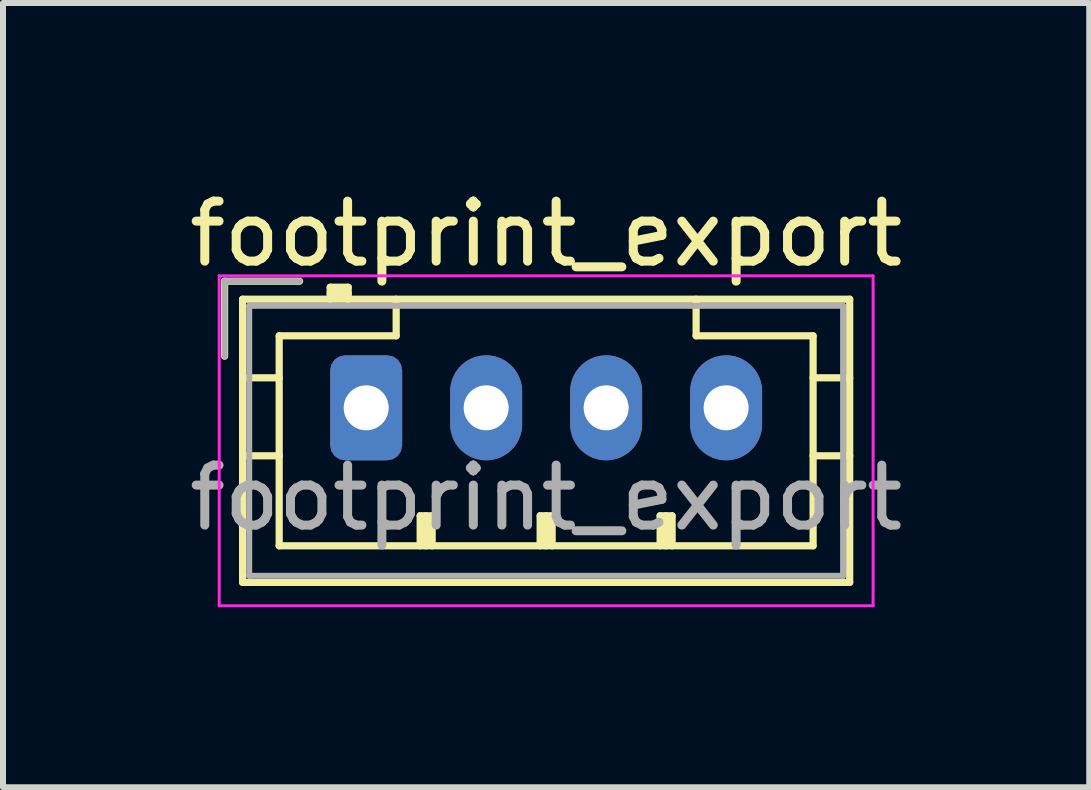
<source format=kicad_pcb>
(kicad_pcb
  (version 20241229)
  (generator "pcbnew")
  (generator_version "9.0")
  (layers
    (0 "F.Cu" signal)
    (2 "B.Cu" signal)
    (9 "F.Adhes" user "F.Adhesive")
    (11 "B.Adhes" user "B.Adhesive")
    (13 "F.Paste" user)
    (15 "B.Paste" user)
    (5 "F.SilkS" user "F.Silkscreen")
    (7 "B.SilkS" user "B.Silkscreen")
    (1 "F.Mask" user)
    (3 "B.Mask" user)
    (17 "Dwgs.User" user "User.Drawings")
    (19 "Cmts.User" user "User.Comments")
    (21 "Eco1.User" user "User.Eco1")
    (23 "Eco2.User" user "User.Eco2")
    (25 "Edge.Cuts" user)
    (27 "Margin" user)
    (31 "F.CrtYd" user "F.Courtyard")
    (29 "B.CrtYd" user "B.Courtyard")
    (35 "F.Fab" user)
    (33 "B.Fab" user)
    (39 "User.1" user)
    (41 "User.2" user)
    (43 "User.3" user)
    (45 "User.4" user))
  (footprint "footprint_export"
    (layer "F.Cu")
    (at 3.054 3.748)
    (property "Reference" "footprint_export" (at 3 -2.9 0) (layer "F.SilkS") (effects (font (size 1 1) (thickness 0.15))))
    (attr through_hole)
    (fp_line (start -2.36 -2.11) (end -2.36 -0.86) (stroke (width 0.12) (type solid)) (layer "F.SilkS"))
    (fp_line (start -2.06 -1.81) (end -2.06 2.91) (stroke (width 0.12) (type solid)) (layer "F.SilkS"))
    (fp_line (start -2.06 -0.5) (end -1.45 -0.5) (stroke (width 0.12) (type solid)) (layer "F.SilkS"))
    (fp_line (start -2.06 0.8) (end -1.45 0.8) (stroke (width 0.12) (type solid)) (layer "F.SilkS"))
    (fp_line (start -2.06 2.91) (end 8.06 2.91) (stroke (width 0.12) (type solid)) (layer "F.SilkS"))
    (fp_line (start -1.45 -1.2) (end -1.45 2.3) (stroke (width 0.12) (type solid)) (layer "F.SilkS"))
    (fp_line (start -1.45 2.3) (end 7.45 2.3) (stroke (width 0.12) (type solid)) (layer "F.SilkS"))
    (fp_line (start -1.11 -2.11) (end -2.36 -2.11) (stroke (width 0.12) (type solid)) (layer "F.SilkS"))
    (fp_line (start -0.6 -2.01) (end -0.6 -1.81) (stroke (width 0.12) (type solid)) (layer "F.SilkS"))
    (fp_line (start -0.3 -2.01) (end -0.6 -2.01) (stroke (width 0.12) (type solid)) (layer "F.SilkS"))
    (fp_line (start -0.3 -1.91) (end -0.6 -1.91) (stroke (width 0.12) (type solid)) (layer "F.SilkS"))
    (fp_line (start -0.3 -1.81) (end -0.3 -2.01) (stroke (width 0.12) (type solid)) (layer "F.SilkS"))
    (fp_line (start 0.5 -1.81) (end 0.5 -1.2) (stroke (width 0.12) (type solid)) (layer "F.SilkS"))
    (fp_line (start 0.5 -1.2) (end -1.45 -1.2) (stroke (width 0.12) (type solid)) (layer "F.SilkS"))
    (fp_line (start 0.9 1.8) (end 1.1 1.8) (stroke (width 0.12) (type solid)) (layer "F.SilkS"))
    (fp_line (start 0.9 2.3) (end 0.9 1.8) (stroke (width 0.12) (type solid)) (layer "F.SilkS"))
    (fp_line (start 1 2.3) (end 1 1.8) (stroke (width 0.12) (type solid)) (layer "F.SilkS"))
    (fp_line (start 1.1 1.8) (end 1.1 2.3) (stroke (width 0.12) (type solid)) (layer "F.SilkS"))
    (fp_line (start 2.9 1.8) (end 3.1 1.8) (stroke (width 0.12) (type solid)) (layer "F.SilkS"))
    (fp_line (start 2.9 2.3) (end 2.9 1.8) (stroke (width 0.12) (type solid)) (layer "F.SilkS"))
    (fp_line (start 3 2.3) (end 3 1.8) (stroke (width 0.12) (type solid)) (layer "F.SilkS"))
    (fp_line (start 3.1 1.8) (end 3.1 2.3) (stroke (width 0.12) (type solid)) (layer "F.SilkS"))
    (fp_line (start 4.9 1.8) (end 5.1 1.8) (stroke (width 0.12) (type solid)) (layer "F.SilkS"))
    (fp_line (start 4.9 2.3) (end 4.9 1.8) (stroke (width 0.12) (type solid)) (layer "F.SilkS"))
    (fp_line (start 5 2.3) (end 5 1.8) (stroke (width 0.12) (type solid)) (layer "F.SilkS"))
    (fp_line (start 5.1 1.8) (end 5.1 2.3) (stroke (width 0.12) (type solid)) (layer "F.SilkS"))
    (fp_line (start 5.5 -1.2) (end 5.5 -1.81) (stroke (width 0.12) (type solid)) (layer "F.SilkS"))
    (fp_line (start 7.45 -1.2) (end 5.5 -1.2) (stroke (width 0.12) (type solid)) (layer "F.SilkS"))
    (fp_line (start 7.45 2.3) (end 7.45 -1.2) (stroke (width 0.12) (type solid)) (layer "F.SilkS"))
    (fp_line (start 8.06 -1.81) (end -2.06 -1.81) (stroke (width 0.12) (type solid)) (layer "F.SilkS"))
    (fp_line (start 8.06 -0.5) (end 7.45 -0.5) (stroke (width 0.12) (type solid)) (layer "F.SilkS"))
    (fp_line (start 8.06 0.8) (end 7.45 0.8) (stroke (width 0.12) (type solid)) (layer "F.SilkS"))
    (fp_line (start 8.06 2.91) (end 8.06 -1.81) (stroke (width 0.12) (type solid)) (layer "F.SilkS"))
    (fp_line (start -2.45 -2.2) (end -2.45 3.3) (stroke (width 0.05) (type solid)) (layer "F.CrtYd"))
    (fp_line (start -2.45 3.3) (end 8.45 3.3) (stroke (width 0.05) (type solid)) (layer "F.CrtYd"))
    (fp_line (start 8.45 -2.2) (end -2.45 -2.2) (stroke (width 0.05) (type solid)) (layer "F.CrtYd"))
    (fp_line (start 8.45 3.3) (end 8.45 -2.2) (stroke (width 0.05) (type solid)) (layer "F.CrtYd"))
    (fp_line (start -2.36 -2.11) (end -2.36 -0.86) (stroke (width 0.1) (type solid)) (layer "F.Fab"))
    (fp_line (start -1.95 -1.7) (end -1.95 2.8) (stroke (width 0.1) (type solid)) (layer "F.Fab"))
    (fp_line (start -1.95 2.8) (end 7.95 2.8) (stroke (width 0.1) (type solid)) (layer "F.Fab"))
    (fp_line (start -1.11 -2.11) (end -2.36 -2.11) (stroke (width 0.1) (type solid)) (layer "F.Fab"))
    (fp_line (start 7.95 -1.7) (end -1.95 -1.7) (stroke (width 0.1) (type solid)) (layer "F.Fab"))
    (fp_line (start 7.95 2.8) (end 7.95 -1.7) (stroke (width 0.1) (type solid)) (layer "F.Fab"))
    (fp_text user "${REFERENCE}" (at 3 1.5 0) (layer "F.Fab") (effects (font (size 1 1) (thickness 0.15))))
    (pad "1" thru_hole roundrect (at 0 0) (size 1.2 1.75) (drill 0.75) (layers "*.Cu" "*.Mask") (roundrect_rratio 0.208))
    (pad "2" thru_hole oval (at 2 0) (size 1.2 1.75) (drill 0.75) (layers "*.Cu" "*.Mask"))
    (pad "3" thru_hole oval (at 4 0) (size 1.2 1.75) (drill 0.75) (layers "*.Cu" "*.Mask"))
    (pad "4" thru_hole oval (at 6 0) (size 1.2 1.75) (drill 0.75) (layers "*.Cu" "*.Mask")))
  (gr_rect
    (start -3 -3)
    (end 15.107 10.073)
    (stroke (width 0.1) (type default))
    (fill no)
    (layer "Edge.Cuts")))
</source>
